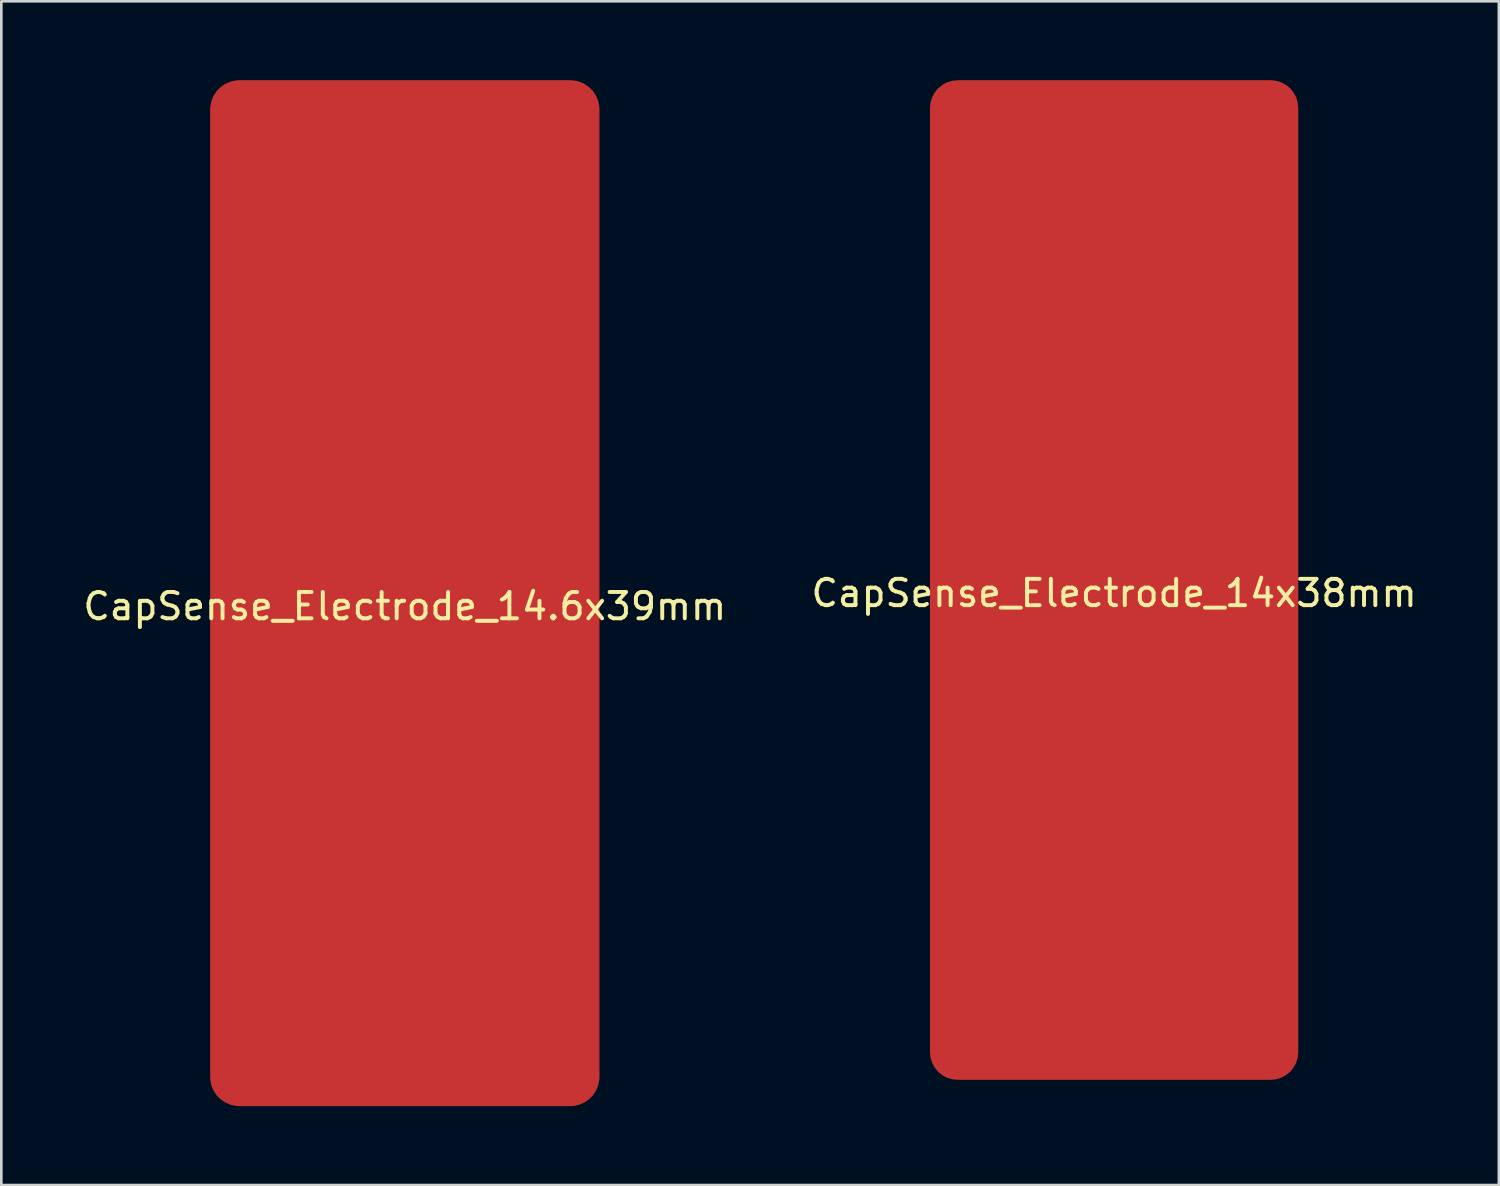
<source format=kicad_pcb>
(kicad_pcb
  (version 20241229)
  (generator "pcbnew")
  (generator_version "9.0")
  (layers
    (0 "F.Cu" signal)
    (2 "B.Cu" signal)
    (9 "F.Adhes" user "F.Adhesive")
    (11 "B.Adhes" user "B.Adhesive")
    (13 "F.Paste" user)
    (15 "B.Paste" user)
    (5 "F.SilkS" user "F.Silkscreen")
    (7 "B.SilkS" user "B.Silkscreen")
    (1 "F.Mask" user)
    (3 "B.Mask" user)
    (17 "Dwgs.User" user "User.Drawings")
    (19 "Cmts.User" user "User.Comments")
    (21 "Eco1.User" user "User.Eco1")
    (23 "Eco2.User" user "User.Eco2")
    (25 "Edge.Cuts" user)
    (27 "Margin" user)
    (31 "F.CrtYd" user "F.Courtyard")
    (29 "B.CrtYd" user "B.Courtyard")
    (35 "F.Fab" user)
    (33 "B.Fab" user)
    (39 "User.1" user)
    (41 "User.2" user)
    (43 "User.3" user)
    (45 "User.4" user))
  (footprint "CapSense_Electrode_14x38mm"
    (layer "F.Cu")
    (at 39.304 19)
    (property "Reference" "CapSense_Electrode_14x38mm" (at 0 0.5 0) (layer "F.SilkS") (effects (font (size 1 1) (thickness 0.15))))
    (attr through_hole)
    (pad "1" smd roundrect (at 0 0) (size 14 38) (layers "F.Cu") (roundrect_rratio 0.075)))
  (footprint "CapSense_Electrode_14.6x39mm"
    (layer "F.Cu")
    (at 12.339 19.5)
    (property "Reference" "CapSense_Electrode_14.6x39mm" (at 0 0.5 0) (layer "F.SilkS") (effects (font (size 1 1) (thickness 0.15))))
    (attr smd exclude_from_bom)
    (pad "1" smd roundrect (at 0 0) (size 14.8 39) (layers "F.Cu") (roundrect_rratio 0.075)))
  (gr_rect
    (start -3 -3)
    (end 53.929 42)
    (stroke (width 0.1) (type default))
    (fill no)
    (layer "Edge.Cuts")))
</source>
